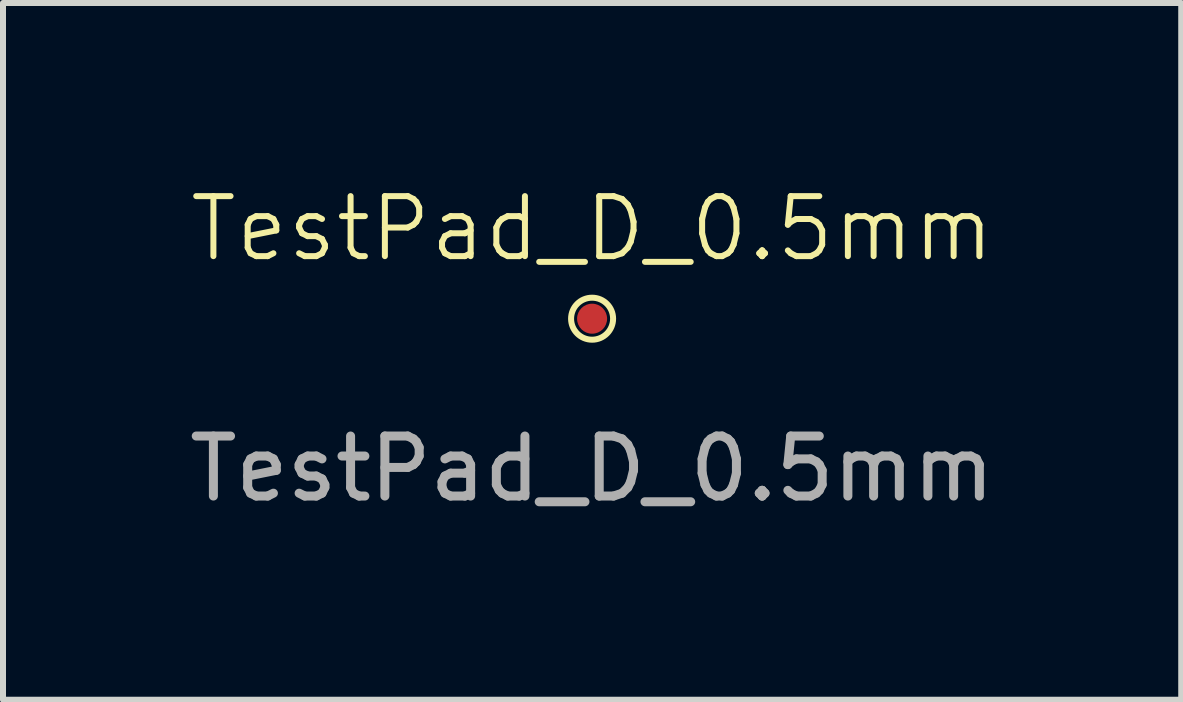
<source format=kicad_pcb>
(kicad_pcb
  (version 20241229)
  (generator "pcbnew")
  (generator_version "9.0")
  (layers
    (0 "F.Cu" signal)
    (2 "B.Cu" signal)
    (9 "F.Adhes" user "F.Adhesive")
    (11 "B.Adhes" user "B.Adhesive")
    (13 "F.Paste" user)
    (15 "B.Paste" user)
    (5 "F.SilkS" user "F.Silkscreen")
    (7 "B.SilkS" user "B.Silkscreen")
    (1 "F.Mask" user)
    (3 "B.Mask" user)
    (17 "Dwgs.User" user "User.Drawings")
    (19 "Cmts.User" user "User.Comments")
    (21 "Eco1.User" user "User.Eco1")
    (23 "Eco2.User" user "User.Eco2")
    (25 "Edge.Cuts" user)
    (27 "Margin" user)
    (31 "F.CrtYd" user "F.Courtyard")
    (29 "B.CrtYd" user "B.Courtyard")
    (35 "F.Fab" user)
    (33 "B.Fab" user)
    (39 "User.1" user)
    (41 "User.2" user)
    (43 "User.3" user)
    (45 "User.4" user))
  (footprint "TestPad_D_0.5mm"
    (layer "F.Cu")
    (at 6.815 2.26)
    (property "Reference" "TestPad_D_0.5mm" (at 0 -1.5 0) (unlocked yes) (layer "F.SilkS") (effects (font (size 1 1) (thickness 0.1))))
    (attr smd)
    (fp_circle (center 0 0) (end 0.35 0) (stroke (width 0.1) (type default)) (fill no) (layer "F.SilkS"))
    (fp_text user "${REFERENCE}" (at 0 2.5 0) (unlocked yes) (layer "F.Fab") (effects (font (size 1 1) (thickness 0.15))))
    (pad "1" smd circle (at 0 0) (size 0.5 0.5) (layers "F.Cu" "F.Mask" "F.Paste")))
  (gr_rect
    (start -3 -3)
    (end 16.631 8.609)
    (stroke (width 0.1) (type default))
    (fill no)
    (layer "Edge.Cuts")))
</source>
